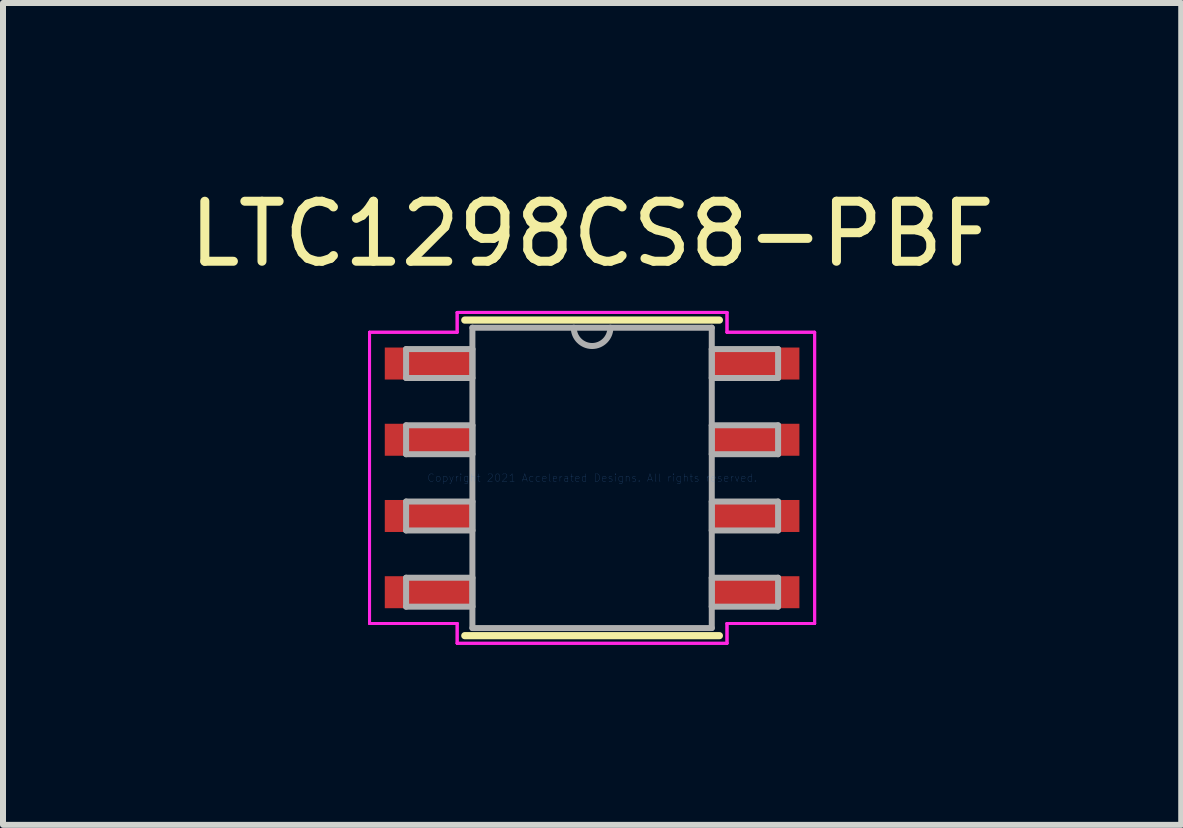
<source format=kicad_pcb>
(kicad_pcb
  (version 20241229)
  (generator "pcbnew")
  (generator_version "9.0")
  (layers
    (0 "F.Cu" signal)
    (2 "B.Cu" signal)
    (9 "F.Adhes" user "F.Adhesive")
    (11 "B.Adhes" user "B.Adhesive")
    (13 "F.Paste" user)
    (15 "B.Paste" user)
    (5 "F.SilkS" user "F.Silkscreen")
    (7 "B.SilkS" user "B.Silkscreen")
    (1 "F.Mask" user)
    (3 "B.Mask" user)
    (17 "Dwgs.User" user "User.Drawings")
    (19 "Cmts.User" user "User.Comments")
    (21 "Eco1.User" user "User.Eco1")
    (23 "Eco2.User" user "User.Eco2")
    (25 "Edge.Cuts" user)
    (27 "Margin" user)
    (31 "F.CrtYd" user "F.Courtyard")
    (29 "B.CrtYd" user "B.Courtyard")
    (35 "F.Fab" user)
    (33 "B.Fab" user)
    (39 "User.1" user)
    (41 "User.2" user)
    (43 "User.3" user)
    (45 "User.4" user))
  (footprint "LTC1298CS8-PBF"
    (layer "F.Cu")
    (at 6.815 4.912)
    (property "Reference" "LTC1298CS8-PBF" (at 0 -4.064 0) (layer "F.SilkS") (effects (font (size 1 1) (thickness 0.15))))
    (attr through_hole)
    (fp_line (start -2.121 2.629) (end 2.121 2.629) (stroke (width 0.12) (type solid)) (layer "F.SilkS"))
    (fp_line (start 2.121 -2.629) (end -2.121 -2.629) (stroke (width 0.12) (type solid)) (layer "F.SilkS"))
    (fp_line (start -3.708 -2.426) (end -2.248 -2.426) (stroke (width 0.05) (type solid)) (layer "F.CrtYd"))
    (fp_line (start -3.708 -2.426) (end -2.248 -2.426) (stroke (width 0.05) (type solid)) (layer "F.CrtYd"))
    (fp_line (start -3.708 2.426) (end -3.708 -2.426) (stroke (width 0.05) (type solid)) (layer "F.CrtYd"))
    (fp_line (start -3.708 2.426) (end -3.708 -2.426) (stroke (width 0.05) (type solid)) (layer "F.CrtYd"))
    (fp_line (start -3.708 2.426) (end -2.248 2.426) (stroke (width 0.05) (type solid)) (layer "F.CrtYd"))
    (fp_line (start -2.248 -2.756) (end 2.248 -2.756) (stroke (width 0.05) (type solid)) (layer "F.CrtYd"))
    (fp_line (start -2.248 -2.756) (end 2.248 -2.756) (stroke (width 0.05) (type solid)) (layer "F.CrtYd"))
    (fp_line (start -2.248 -2.426) (end -2.248 -2.756) (stroke (width 0.05) (type solid)) (layer "F.CrtYd"))
    (fp_line (start -2.248 -2.426) (end -2.248 -2.756) (stroke (width 0.05) (type solid)) (layer "F.CrtYd"))
    (fp_line (start -2.248 2.426) (end -3.708 2.426) (stroke (width 0.05) (type solid)) (layer "F.CrtYd"))
    (fp_line (start -2.248 2.756) (end -2.248 2.426) (stroke (width 0.05) (type solid)) (layer "F.CrtYd"))
    (fp_line (start -2.248 2.756) (end -2.248 2.426) (stroke (width 0.05) (type solid)) (layer "F.CrtYd"))
    (fp_line (start 2.248 -2.756) (end 2.248 -2.426) (stroke (width 0.05) (type solid)) (layer "F.CrtYd"))
    (fp_line (start 2.248 -2.756) (end 2.248 -2.426) (stroke (width 0.05) (type solid)) (layer "F.CrtYd"))
    (fp_line (start 2.248 -2.426) (end 3.708 -2.426) (stroke (width 0.05) (type solid)) (layer "F.CrtYd"))
    (fp_line (start 2.248 2.426) (end 2.248 2.756) (stroke (width 0.05) (type solid)) (layer "F.CrtYd"))
    (fp_line (start 2.248 2.426) (end 2.248 2.756) (stroke (width 0.05) (type solid)) (layer "F.CrtYd"))
    (fp_line (start 2.248 2.756) (end -2.248 2.756) (stroke (width 0.05) (type solid)) (layer "F.CrtYd"))
    (fp_line (start 2.248 2.756) (end -2.248 2.756) (stroke (width 0.05) (type solid)) (layer "F.CrtYd"))
    (fp_line (start 3.708 -2.426) (end 2.248 -2.426) (stroke (width 0.05) (type solid)) (layer "F.CrtYd"))
    (fp_line (start 3.708 -2.426) (end 3.708 2.426) (stroke (width 0.05) (type solid)) (layer "F.CrtYd"))
    (fp_line (start 3.708 -2.426) (end 3.708 2.426) (stroke (width 0.05) (type solid)) (layer "F.CrtYd"))
    (fp_line (start 3.708 2.426) (end 2.248 2.426) (stroke (width 0.05) (type solid)) (layer "F.CrtYd"))
    (fp_line (start 3.708 2.426) (end 2.248 2.426) (stroke (width 0.05) (type solid)) (layer "F.CrtYd"))
    (fp_line (start -3.099 -2.146) (end -3.099 -1.664) (stroke (width 0.1) (type solid)) (layer "F.Fab"))
    (fp_line (start -3.099 -1.664) (end -1.994 -1.664) (stroke (width 0.1) (type solid)) (layer "F.Fab"))
    (fp_line (start -3.099 -0.876) (end -3.099 -0.394) (stroke (width 0.1) (type solid)) (layer "F.Fab"))
    (fp_line (start -3.099 -0.394) (end -1.994 -0.394) (stroke (width 0.1) (type solid)) (layer "F.Fab"))
    (fp_line (start -3.099 0.394) (end -3.099 0.876) (stroke (width 0.1) (type solid)) (layer "F.Fab"))
    (fp_line (start -3.099 0.876) (end -1.994 0.876) (stroke (width 0.1) (type solid)) (layer "F.Fab"))
    (fp_line (start -3.099 1.664) (end -3.099 2.146) (stroke (width 0.1) (type solid)) (layer "F.Fab"))
    (fp_line (start -3.099 2.146) (end -1.994 2.146) (stroke (width 0.1) (type solid)) (layer "F.Fab"))
    (fp_line (start -1.994 -2.502) (end -1.994 2.502) (stroke (width 0.1) (type solid)) (layer "F.Fab"))
    (fp_line (start -1.994 -2.146) (end -3.099 -2.146) (stroke (width 0.1) (type solid)) (layer "F.Fab"))
    (fp_line (start -1.994 -1.664) (end -1.994 -2.146) (stroke (width 0.1) (type solid)) (layer "F.Fab"))
    (fp_line (start -1.994 -0.876) (end -3.099 -0.876) (stroke (width 0.1) (type solid)) (layer "F.Fab"))
    (fp_line (start -1.994 -0.394) (end -1.994 -0.876) (stroke (width 0.1) (type solid)) (layer "F.Fab"))
    (fp_line (start -1.994 0.394) (end -3.099 0.394) (stroke (width 0.1) (type solid)) (layer "F.Fab"))
    (fp_line (start -1.994 0.876) (end -1.994 0.394) (stroke (width 0.1) (type solid)) (layer "F.Fab"))
    (fp_line (start -1.994 1.664) (end -3.099 1.664) (stroke (width 0.1) (type solid)) (layer "F.Fab"))
    (fp_line (start -1.994 2.146) (end -1.994 1.664) (stroke (width 0.1) (type solid)) (layer "F.Fab"))
    (fp_line (start -1.994 2.502) (end 1.994 2.502) (stroke (width 0.1) (type solid)) (layer "F.Fab"))
    (fp_line (start 1.994 -2.502) (end -1.994 -2.502) (stroke (width 0.1) (type solid)) (layer "F.Fab"))
    (fp_line (start 1.994 -2.146) (end 1.994 -1.664) (stroke (width 0.1) (type solid)) (layer "F.Fab"))
    (fp_line (start 1.994 -1.664) (end 3.099 -1.664) (stroke (width 0.1) (type solid)) (layer "F.Fab"))
    (fp_line (start 1.994 -0.876) (end 1.994 -0.394) (stroke (width 0.1) (type solid)) (layer "F.Fab"))
    (fp_line (start 1.994 -0.394) (end 3.099 -0.394) (stroke (width 0.1) (type solid)) (layer "F.Fab"))
    (fp_line (start 1.994 0.394) (end 1.994 0.876) (stroke (width 0.1) (type solid)) (layer "F.Fab"))
    (fp_line (start 1.994 0.876) (end 3.099 0.876) (stroke (width 0.1) (type solid)) (layer "F.Fab"))
    (fp_line (start 1.994 1.664) (end 1.994 2.146) (stroke (width 0.1) (type solid)) (layer "F.Fab"))
    (fp_line (start 1.994 2.146) (end 3.099 2.146) (stroke (width 0.1) (type solid)) (layer "F.Fab"))
    (fp_line (start 1.994 2.502) (end 1.994 -2.502) (stroke (width 0.1) (type solid)) (layer "F.Fab"))
    (fp_line (start 3.099 -2.146) (end 1.994 -2.146) (stroke (width 0.1) (type solid)) (layer "F.Fab"))
    (fp_line (start 3.099 -1.664) (end 3.099 -2.146) (stroke (width 0.1) (type solid)) (layer "F.Fab"))
    (fp_line (start 3.099 -0.876) (end 1.994 -0.876) (stroke (width 0.1) (type solid)) (layer "F.Fab"))
    (fp_line (start 3.099 -0.394) (end 3.099 -0.876) (stroke (width 0.1) (type solid)) (layer "F.Fab"))
    (fp_line (start 3.099 0.394) (end 1.994 0.394) (stroke (width 0.1) (type solid)) (layer "F.Fab"))
    (fp_line (start 3.099 0.876) (end 3.099 0.394) (stroke (width 0.1) (type solid)) (layer "F.Fab"))
    (fp_line (start 3.099 1.664) (end 1.994 1.664) (stroke (width 0.1) (type solid)) (layer "F.Fab"))
    (fp_line (start 3.099 2.146) (end 3.099 1.664) (stroke (width 0.1) (type solid)) (layer "F.Fab"))
    (fp_arc (start 0.3048 -2.5019) (mid 0 -2.1971) (end -0.3048 -2.5019) (stroke (width 0.1) (type solid)) (layer "F.Fab"))
    (fp_text user "Copyright 2021 Accelerated Designs. All rights reserved." (at 0 0 0) (layer "Cmts.User") (effects (font (size 0.127 0.127) (thickness 0.002))))
    (pad "1" smd rect (at -2.724 -1.905) (size 1.46 0.533) (layers "F.Cu" "F.Mask" "F.Paste"))
    (pad "2" smd rect (at -2.724 -0.635) (size 1.46 0.533) (layers "F.Cu" "F.Mask" "F.Paste"))
    (pad "3" smd rect (at -2.724 0.635) (size 1.46 0.533) (layers "F.Cu" "F.Mask" "F.Paste"))
    (pad "4" smd rect (at -2.724 1.905) (size 1.46 0.533) (layers "F.Cu" "F.Mask" "F.Paste"))
    (pad "5" smd rect (at 2.724 1.905) (size 1.46 0.533) (layers "F.Cu" "F.Mask" "F.Paste"))
    (pad "6" smd rect (at 2.724 0.635) (size 1.46 0.533) (layers "F.Cu" "F.Mask" "F.Paste"))
    (pad "7" smd rect (at 2.724 -0.635) (size 1.46 0.533) (layers "F.Cu" "F.Mask" "F.Paste"))
    (pad "8" smd rect (at 2.724 -1.905) (size 1.46 0.533) (layers "F.Cu" "F.Mask" "F.Paste")))
  (gr_rect
    (start -3 -3)
    (end 16.631 10.693)
    (stroke (width 0.1) (type default))
    (fill no)
    (layer "Edge.Cuts")))
</source>
